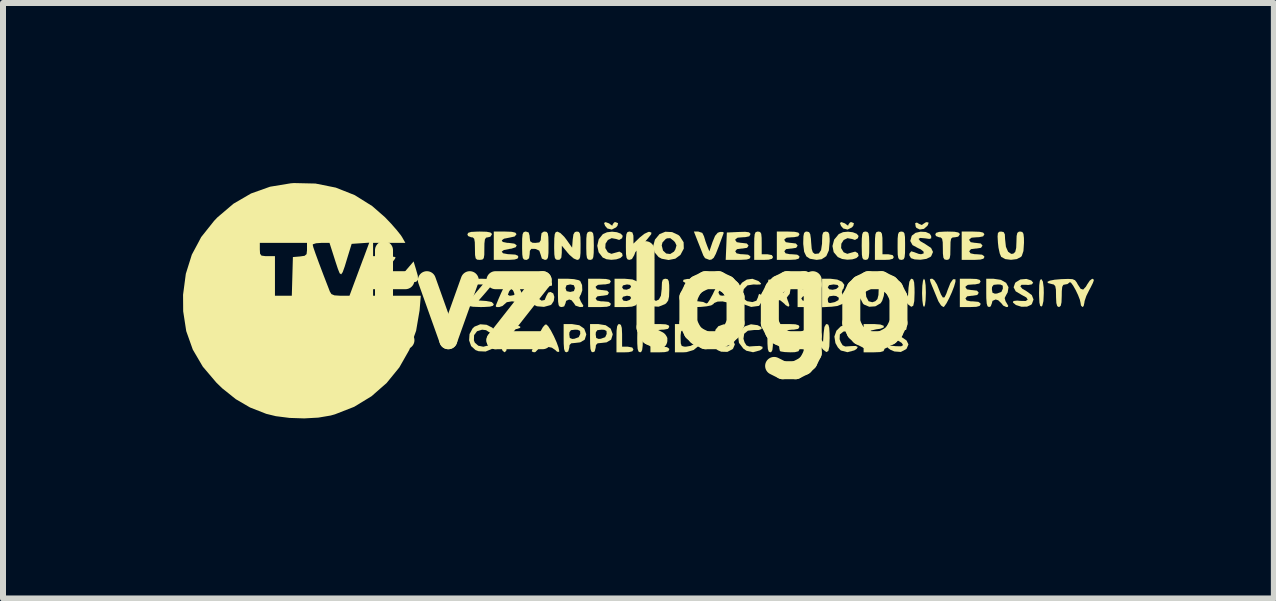
<source format=kicad_pcb>
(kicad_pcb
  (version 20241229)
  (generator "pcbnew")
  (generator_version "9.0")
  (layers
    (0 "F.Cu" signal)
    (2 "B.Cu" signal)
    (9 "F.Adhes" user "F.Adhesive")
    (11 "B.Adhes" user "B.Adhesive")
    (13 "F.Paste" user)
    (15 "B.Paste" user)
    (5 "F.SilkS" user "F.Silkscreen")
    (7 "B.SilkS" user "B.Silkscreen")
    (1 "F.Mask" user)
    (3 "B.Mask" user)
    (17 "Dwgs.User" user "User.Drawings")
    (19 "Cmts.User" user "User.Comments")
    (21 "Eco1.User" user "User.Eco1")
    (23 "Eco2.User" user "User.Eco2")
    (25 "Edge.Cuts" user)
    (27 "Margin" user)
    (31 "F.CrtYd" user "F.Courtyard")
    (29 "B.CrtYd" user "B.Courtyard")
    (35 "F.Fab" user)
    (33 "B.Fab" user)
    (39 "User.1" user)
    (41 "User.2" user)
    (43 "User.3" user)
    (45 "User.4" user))
  (footprint "tvz logo"
    (layer "F.Cu")
    (at 7.598 1.94)
    (property "Reference" "tvz logo" (at 0 0 0) (layer "F.SilkS") (effects (font (size 1.5 1.5) (thickness 0.3))))
    (attr board_only exclude_from_pos_files exclude_from_bom)
    (fp_poly (pts (xy -3.72 -0.513) (xy -3.687 -0.397) (xy -3.683 -0.329) (xy -3.714 -0.295) (xy -3.79 -0.284) (xy -3.868 -0.283) (xy -4.059 -0.283) (xy -3.908 -0.458) (xy -3.757 -0.634)) (stroke (width 0) (type solid)) (fill yes) (layer "F.SilkS"))
    (fp_poly (pts (xy 4.825 -1.28) (xy 4.812 -1.242) (xy 4.802 -1.226) (xy 4.746 -1.177) (xy 4.677 -1.166) (xy 4.621 -1.193) (xy 4.608 -1.215) (xy 4.6 -1.272) (xy 4.629 -1.282) (xy 4.665 -1.26) (xy 4.712 -1.241) (xy 4.73 -1.256) (xy 4.777 -1.286) (xy 4.796 -1.289)) (stroke (width 0) (type solid)) (fill yes) (layer "F.SilkS"))
    (fp_poly (pts (xy 6.704 -0.338) (xy 6.728 -0.298) (xy 6.741 -0.197) (xy 6.743 -0.11) (xy 6.737 0.026) (xy 6.719 0.102) (xy 6.704 0.118) (xy 6.683 0.107) (xy 6.67 0.053) (xy 6.665 -0.053) (xy 6.664 -0.11) (xy 6.667 -0.238) (xy 6.677 -0.312) (xy 6.694 -0.338)) (stroke (width 0) (type solid)) (fill yes) (layer "F.SilkS"))
    (fp_poly (pts (xy -0.35 -1.272) (xy -0.36 -1.229) (xy -0.384 -1.201) (xy -0.455 -1.165) (xy -0.528 -1.183) (xy -0.566 -1.226) (xy -0.584 -1.275) (xy -0.559 -1.289) (xy -0.558 -1.289) (xy -0.5 -1.268) (xy -0.478 -1.251) (xy -0.447 -1.229) (xy -0.44 -1.251) (xy -0.415 -1.285) (xy -0.393 -1.289)) (stroke (width 0) (type solid)) (fill yes) (layer "F.SilkS"))
    (fp_poly (pts (xy 3.579 -1.272) (xy 3.57 -1.229) (xy 3.546 -1.201) (xy 3.474 -1.165) (xy 3.402 -1.183) (xy 3.364 -1.226) (xy 3.346 -1.275) (xy 3.37 -1.289) (xy 3.372 -1.289) (xy 3.43 -1.268) (xy 3.452 -1.251) (xy 3.483 -1.229) (xy 3.489 -1.251) (xy 3.515 -1.285) (xy 3.537 -1.289)) (stroke (width 0) (type solid)) (fill yes) (layer "F.SilkS"))
    (fp_poly (pts (xy 0.041 0.421) (xy 0.055 0.466) (xy 0.062 0.554) (xy 0.063 0.644) (xy 0.06 0.769) (xy 0.051 0.842) (xy 0.034 0.875) (xy 0.016 0.88) (xy -0.009 0.868) (xy -0.024 0.823) (xy -0.03 0.735) (xy -0.031 0.644) (xy -0.029 0.52) (xy -0.02 0.447) (xy -0.002 0.414) (xy 0.016 0.409)) (stroke (width 0) (type solid)) (fill yes) (layer "F.SilkS"))
    (fp_poly (pts (xy 2.21 0.421) (xy 2.224 0.466) (xy 2.231 0.554) (xy 2.232 0.644) (xy 2.229 0.769) (xy 2.221 0.842) (xy 2.203 0.875) (xy 2.185 0.88) (xy 2.16 0.868) (xy 2.145 0.823) (xy 2.139 0.735) (xy 2.138 0.644) (xy 2.14 0.52) (xy 2.149 0.447) (xy 2.167 0.414) (xy 2.185 0.409)) (stroke (width 0) (type solid)) (fill yes) (layer "F.SilkS"))
    (fp_poly (pts (xy 4.763 -0.317) (xy 4.774 -0.237) (xy 4.778 -0.121) (xy 4.778 -0.11) (xy 4.774 0.009) (xy 4.764 0.092) (xy 4.748 0.126) (xy 4.747 0.126) (xy 4.731 0.096) (xy 4.72 0.017) (xy 4.715 -0.099) (xy 4.715 -0.11) (xy 4.719 -0.229) (xy 4.73 -0.312) (xy 4.745 -0.346) (xy 4.747 -0.346)) (stroke (width 0) (type solid)) (fill yes) (layer "F.SilkS"))
    (fp_poly (pts (xy -0.303 0.423) (xy -0.288 0.474) (xy -0.283 0.575) (xy -0.283 0.597) (xy -0.283 0.786) (xy -0.189 0.786) (xy -0.114 0.8) (xy -0.094 0.833) (xy -0.113 0.864) (xy -0.176 0.878) (xy -0.236 0.88) (xy -0.377 0.88) (xy -0.377 0.644) (xy -0.375 0.52) (xy -0.366 0.447) (xy -0.348 0.414) (xy -0.33 0.409)) (stroke (width 0) (type solid)) (fill yes) (layer "F.SilkS"))
    (fp_poly (pts (xy 2.016 -1.125) (xy 2.035 -1.095) (xy 2.042 -1.027) (xy 2.043 -0.943) (xy 2.043 -0.754) (xy 2.138 -0.754) (xy 2.212 -0.74) (xy 2.232 -0.707) (xy 2.215 -0.678) (xy 2.157 -0.663) (xy 2.075 -0.66) (xy 1.918 -0.66) (xy 1.918 -0.896) (xy 1.919 -1.016) (xy 1.926 -1.087) (xy 1.941 -1.121) (xy 1.969 -1.131) (xy 1.98 -1.132)) (stroke (width 0) (type solid)) (fill yes) (layer "F.SilkS"))
    (fp_poly (pts (xy 4.027 -1.125) (xy 4.046 -1.095) (xy 4.054 -1.027) (xy 4.055 -0.943) (xy 4.055 -0.754) (xy 4.15 -0.754) (xy 4.224 -0.74) (xy 4.244 -0.707) (xy 4.227 -0.678) (xy 4.169 -0.663) (xy 4.087 -0.66) (xy 3.929 -0.66) (xy 3.929 -0.896) (xy 3.931 -1.016) (xy 3.938 -1.087) (xy 3.953 -1.121) (xy 3.981 -1.131) (xy 3.992 -1.132)) (stroke (width 0) (type solid)) (fill yes) (layer "F.SilkS"))
    (fp_poly (pts (xy -0.785 -1.126) (xy -0.766 -1.101) (xy -0.757 -1.042) (xy -0.755 -0.938) (xy -0.754 -0.896) (xy -0.756 -0.775) (xy -0.763 -0.705) (xy -0.778 -0.671) (xy -0.806 -0.661) (xy -0.817 -0.66) (xy -0.849 -0.666) (xy -0.868 -0.691) (xy -0.877 -0.749) (xy -0.88 -0.853) (xy -0.88 -0.896) (xy -0.879 -1.016) (xy -0.872 -1.087) (xy -0.856 -1.121) (xy -0.829 -1.131) (xy -0.817 -1.132)) (stroke (width 0) (type solid)) (fill yes) (layer "F.SilkS"))
    (fp_poly (pts (xy 3.804 -1.126) (xy 3.823 -1.101) (xy 3.832 -1.042) (xy 3.835 -0.938) (xy 3.835 -0.896) (xy 3.834 -0.775) (xy 3.827 -0.705) (xy 3.811 -0.671) (xy 3.784 -0.661) (xy 3.772 -0.66) (xy 3.74 -0.666) (xy 3.721 -0.691) (xy 3.712 -0.749) (xy 3.71 -0.853) (xy 3.709 -0.896) (xy 3.711 -1.016) (xy 3.718 -1.087) (xy 3.733 -1.121) (xy 3.761 -1.131) (xy 3.772 -1.132)) (stroke (width 0) (type solid)) (fill yes) (layer "F.SilkS"))
    (fp_poly (pts (xy 4.402 -1.126) (xy 4.421 -1.101) (xy 4.43 -1.042) (xy 4.432 -0.938) (xy 4.432 -0.896) (xy 4.431 -0.775) (xy 4.424 -0.705) (xy 4.409 -0.671) (xy 4.381 -0.661) (xy 4.37 -0.66) (xy 4.337 -0.666) (xy 4.319 -0.691) (xy 4.309 -0.749) (xy 4.307 -0.853) (xy 4.307 -0.896) (xy 4.308 -1.016) (xy 4.315 -1.087) (xy 4.33 -1.121) (xy 4.358 -1.131) (xy 4.37 -1.132)) (stroke (width 0) (type solid)) (fill yes) (layer "F.SilkS"))
    (fp_poly (pts (xy 1.975 0.428) (xy 2.037 0.461) (xy 2.042 0.49) (xy 1.995 0.508) (xy 1.919 0.508) (xy 1.813 0.52) (xy 1.751 0.571) (xy 1.739 0.654) (xy 1.758 0.715) (xy 1.789 0.765) (xy 1.835 0.783) (xy 1.919 0.777) (xy 1.919 0.777) (xy 2.01 0.773) (xy 2.058 0.789) (xy 2.055 0.819) (xy 2.015 0.847) (xy 1.899 0.879) (xy 1.788 0.854) (xy 1.737 0.818) (xy 1.664 0.722) (xy 1.651 0.62) (xy 1.681 0.536) (xy 1.757 0.449) (xy 1.864 0.413)) (stroke (width 0) (type solid)) (fill yes) (layer "F.SilkS"))
    (fp_poly (pts (xy 1.053 -1.11) (xy 1.081 -1.054) (xy 1.108 -0.965) (xy 1.136 -0.889) (xy 1.171 -0.802) (xy 1.224 -0.959) (xy 1.266 -1.06) (xy 1.31 -1.112) (xy 1.35 -1.126) (xy 1.401 -1.125) (xy 1.41 -1.109) (xy 1.395 -1.068) (xy 1.364 -0.985) (xy 1.325 -0.878) (xy 1.322 -0.871) (xy 1.278 -0.759) (xy 1.243 -0.694) (xy 1.207 -0.666) (xy 1.172 -0.66) (xy 1.099 -0.688) (xy 1.071 -0.731) (xy 1.044 -0.8) (xy 1.005 -0.9) (xy 0.978 -0.967) (xy 0.913 -1.132) (xy 0.987 -1.132)) (stroke (width 0) (type solid)) (fill yes) (layer "F.SilkS"))
    (fp_poly (pts (xy 3.574 0.426) (xy 3.639 0.46) (xy 3.645 0.491) (xy 3.596 0.512) (xy 3.516 0.519) (xy 3.404 0.535) (xy 3.345 0.582) (xy 3.341 0.661) (xy 3.359 0.709) (xy 3.391 0.763) (xy 3.435 0.783) (xy 3.515 0.778) (xy 3.522 0.777) (xy 3.609 0.774) (xy 3.644 0.791) (xy 3.624 0.824) (xy 3.586 0.848) (xy 3.472 0.878) (xy 3.362 0.85) (xy 3.36 0.849) (xy 3.312 0.799) (xy 3.271 0.726) (xy 3.254 0.617) (xy 3.288 0.52) (xy 3.36 0.448) (xy 3.46 0.413)) (stroke (width 0) (type solid)) (fill yes) (layer "F.SilkS"))
    (fp_poly (pts (xy -2.033 0.432) (xy -1.981 0.45) (xy -1.98 0.472) (xy -2.034 0.491) (xy -2.083 0.497) (xy -2.168 0.517) (xy -2.201 0.549) (xy -2.18 0.582) (xy -2.104 0.603) (xy -2.101 0.603) (xy -2.018 0.623) (xy -1.987 0.652) (xy -2.009 0.679) (xy -2.085 0.692) (xy -2.088 0.692) (xy -2.163 0.697) (xy -2.194 0.722) (xy -2.2 0.784) (xy -2.2 0.786) (xy -2.213 0.855) (xy -2.242 0.88) (xy -2.274 0.854) (xy -2.282 0.837) (xy -2.289 0.784) (xy -2.291 0.691) (xy -2.289 0.609) (xy -2.279 0.424) (xy -2.13 0.424)) (stroke (width 0) (type solid)) (fill yes) (layer "F.SilkS"))
    (fp_poly (pts (xy -2.505 -0.342) (xy -2.441 -0.325) (xy -2.43 -0.286) (xy -2.47 -0.219) (xy -2.548 -0.126) (xy -2.672 0.016) (xy -2.546 0.025) (xy -2.454 0.043) (xy -2.421 0.078) (xy -2.421 0.08) (xy -2.435 0.105) (xy -2.486 0.119) (xy -2.584 0.125) (xy -2.641 0.126) (xy -2.768 0.121) (xy -2.843 0.107) (xy -2.861 0.091) (xy -2.842 0.05) (xy -2.792 -0.022) (xy -2.732 -0.098) (xy -2.603 -0.251) (xy -2.716 -0.251) (xy -2.799 -0.261) (xy -2.829 -0.292) (xy -2.829 -0.299) (xy -2.816 -0.325) (xy -2.767 -0.34) (xy -2.671 -0.345) (xy -2.625 -0.346)) (stroke (width 0) (type solid)) (fill yes) (layer "F.SilkS"))
    (fp_poly (pts (xy -0.369 -1.121) (xy -0.304 -1.096) (xy -0.272 -1.06) (xy -0.284 -1.02) (xy -0.332 -0.992) (xy -0.381 -1.008) (xy -0.457 -1.022) (xy -0.52 -0.991) (xy -0.559 -0.93) (xy -0.563 -0.857) (xy -0.522 -0.789) (xy -0.518 -0.785) (xy -0.461 -0.761) (xy -0.394 -0.78) (xy -0.328 -0.798) (xy -0.285 -0.772) (xy -0.283 -0.771) (xy -0.274 -0.727) (xy -0.311 -0.692) (xy -0.379 -0.669) (xy -0.463 -0.661) (xy -0.545 -0.671) (xy -0.606 -0.699) (xy -0.674 -0.787) (xy -0.697 -0.895) (xy -0.672 -1.004) (xy -0.604 -1.089) (xy -0.535 -1.12) (xy -0.451 -1.13)) (stroke (width 0) (type solid)) (fill yes) (layer "F.SilkS"))
    (fp_poly (pts (xy 4.072 -0.319) (xy 4.089 -0.249) (xy 4.09 -0.157) (xy 4.077 -0.06) (xy 4.05 0.023) (xy 4.024 0.063) (xy 3.936 0.114) (xy 3.835 0.121) (xy 3.747 0.084) (xy 3.73 0.068) (xy 3.699 0.007) (xy 3.681 -0.082) (xy 3.675 -0.181) (xy 3.682 -0.27) (xy 3.702 -0.331) (xy 3.725 -0.346) (xy 3.754 -0.33) (xy 3.768 -0.275) (xy 3.772 -0.174) (xy 3.785 -0.045) (xy 3.824 0.029) (xy 3.886 0.046) (xy 3.937 0.028) (xy 3.971 -0.007) (xy 3.988 -0.075) (xy 3.992 -0.174) (xy 3.997 -0.278) (xy 4.012 -0.331) (xy 4.039 -0.346)) (stroke (width 0) (type solid)) (fill yes) (layer "F.SilkS"))
    (fp_poly (pts (xy 4.921 -0.319) (xy 4.963 -0.25) (xy 4.985 -0.196) (xy 5.029 -0.085) (xy 5.061 -0.033) (xy 5.089 -0.036) (xy 5.118 -0.094) (xy 5.139 -0.154) (xy 5.187 -0.275) (xy 5.231 -0.337) (xy 5.269 -0.337) (xy 5.271 -0.335) (xy 5.271 -0.296) (xy 5.249 -0.219) (xy 5.212 -0.122) (xy 5.167 -0.023) (xy 5.122 0.063) (xy 5.085 0.116) (xy 5.07 0.126) (xy 5.031 0.099) (xy 4.989 0.034) (xy 4.981 0.016) (xy 4.936 -0.093) (xy 4.89 -0.205) (xy 4.888 -0.208) (xy 4.855 -0.291) (xy 4.845 -0.332) (xy 4.858 -0.345) (xy 4.886 -0.346)) (stroke (width 0) (type solid)) (fill yes) (layer "F.SilkS"))
    (fp_poly (pts (xy 5.254 -1.129) (xy 5.318 -1.117) (xy 5.343 -1.095) (xy 5.344 -1.085) (xy 5.317 -1.047) (xy 5.265 -1.037) (xy 5.222 -1.033) (xy 5.198 -1.012) (xy 5.189 -0.957) (xy 5.187 -0.855) (xy 5.187 -0.849) (xy 5.185 -0.743) (xy 5.175 -0.686) (xy 5.152 -0.664) (xy 5.124 -0.66) (xy 5.089 -0.667) (xy 5.07 -0.697) (xy 5.062 -0.765) (xy 5.061 -0.849) (xy 5.059 -0.954) (xy 5.049 -1.011) (xy 5.026 -1.034) (xy 4.998 -1.037) (xy 4.947 -1.057) (xy 4.935 -1.085) (xy 4.949 -1.111) (xy 4.998 -1.126) (xy 5.093 -1.131) (xy 5.14 -1.132)) (stroke (width 0) (type solid)) (fill yes) (layer "F.SilkS"))
    (fp_poly (pts (xy -2.542 -1.129) (xy -2.478 -1.117) (xy -2.453 -1.095) (xy -2.452 -1.085) (xy -2.478 -1.046) (xy -2.515 -1.037) (xy -2.55 -1.03) (xy -2.569 -1) (xy -2.577 -0.932) (xy -2.578 -0.849) (xy -2.579 -0.744) (xy -2.588 -0.688) (xy -2.611 -0.665) (xy -2.654 -0.66) (xy -2.656 -0.66) (xy -2.7 -0.664) (xy -2.723 -0.686) (xy -2.733 -0.74) (xy -2.735 -0.842) (xy -2.735 -0.849) (xy -2.737 -0.954) (xy -2.747 -1.011) (xy -2.77 -1.034) (xy -2.798 -1.037) (xy -2.849 -1.057) (xy -2.861 -1.085) (xy -2.847 -1.111) (xy -2.798 -1.126) (xy -2.703 -1.131) (xy -2.656 -1.132)) (stroke (width 0) (type solid)) (fill yes) (layer "F.SilkS"))
    (fp_poly (pts (xy 0.851 0.419) (xy 0.93 0.458) (xy 0.96 0.486) (xy 1.024 0.584) (xy 1.032 0.683) (xy 0.992 0.773) (xy 0.909 0.841) (xy 0.789 0.877) (xy 0.74 0.88) (xy 0.597 0.88) (xy 0.597 0.644) (xy 0.692 0.644) (xy 0.695 0.731) (xy 0.71 0.773) (xy 0.75 0.785) (xy 0.78 0.786) (xy 0.858 0.773) (xy 0.905 0.748) (xy 0.937 0.687) (xy 0.943 0.644) (xy 0.918 0.558) (xy 0.845 0.511) (xy 0.78 0.503) (xy 0.725 0.508) (xy 0.7 0.533) (xy 0.692 0.596) (xy 0.692 0.644) (xy 0.597 0.644) (xy 0.597 0.409) (xy 0.74 0.409)) (stroke (width 0) (type solid)) (fill yes) (layer "F.SilkS"))
    (fp_poly (pts (xy 1.985 -0.309) (xy 1.998 -0.3) (xy 2.033 -0.266) (xy 2.021 -0.25) (xy 1.956 -0.248) (xy 1.908 -0.251) (xy 1.805 -0.235) (xy 1.745 -0.174) (xy 1.729 -0.089) (xy 1.747 -0.01) (xy 1.799 0.028) (xy 1.889 0.043) (xy 1.955 0.02) (xy 1.98 -0.035) (xy 1.994 -0.084) (xy 2.012 -0.094) (xy 2.038 -0.069) (xy 2.044 -0.011) (xy 2.032 0.054) (xy 2.004 0.1) (xy 1.994 0.107) (xy 1.867 0.124) (xy 1.745 0.08) (xy 1.717 0.061) (xy 1.651 -0.022) (xy 1.635 -0.115) (xy 1.659 -0.205) (xy 1.716 -0.281) (xy 1.795 -0.332) (xy 1.888 -0.345)) (stroke (width 0) (type solid)) (fill yes) (layer "F.SilkS"))
    (fp_poly (pts (xy 3.154 0.422) (xy 3.168 0.471) (xy 3.174 0.565) (xy 3.175 0.644) (xy 3.17 0.782) (xy 3.153 0.858) (xy 3.12 0.876) (xy 3.068 0.837) (xy 2.992 0.742) (xy 2.984 0.731) (xy 2.876 0.582) (xy 2.867 0.731) (xy 2.853 0.831) (xy 2.827 0.876) (xy 2.812 0.88) (xy 2.788 0.866) (xy 2.773 0.818) (xy 2.767 0.723) (xy 2.766 0.644) (xy 2.771 0.507) (xy 2.788 0.43) (xy 2.821 0.413) (xy 2.874 0.452) (xy 2.95 0.547) (xy 2.957 0.558) (xy 3.065 0.707) (xy 3.075 0.558) (xy 3.088 0.458) (xy 3.114 0.413) (xy 3.13 0.409)) (stroke (width 0) (type solid)) (fill yes) (layer "F.SilkS"))
    (fp_poly (pts (xy 3.562 -1.12) (xy 3.626 -1.095) (xy 3.657 -1.058) (xy 3.645 -1.02) (xy 3.597 -0.992) (xy 3.549 -1.008) (xy 3.472 -1.022) (xy 3.409 -0.991) (xy 3.37 -0.93) (xy 3.366 -0.857) (xy 3.407 -0.789) (xy 3.412 -0.785) (xy 3.469 -0.761) (xy 3.535 -0.78) (xy 3.601 -0.798) (xy 3.645 -0.772) (xy 3.646 -0.771) (xy 3.658 -0.726) (xy 3.622 -0.691) (xy 3.554 -0.669) (xy 3.469 -0.663) (xy 3.382 -0.675) (xy 3.311 -0.707) (xy 3.242 -0.789) (xy 3.222 -0.891) (xy 3.25 -0.997) (xy 3.326 -1.089) (xy 3.329 -1.091) (xy 3.398 -1.122) (xy 3.481 -1.13)) (stroke (width 0) (type solid)) (fill yes) (layer "F.SilkS"))
    (fp_poly (pts (xy 4.568 -0.332) (xy 4.583 -0.283) (xy 4.589 -0.189) (xy 4.59 -0.11) (xy 4.585 0.027) (xy 4.568 0.104) (xy 4.535 0.122) (xy 4.482 0.082) (xy 4.406 -0.013) (xy 4.398 -0.024) (xy 4.291 -0.173) (xy 4.281 -0.024) (xy 4.268 0.077) (xy 4.241 0.122) (xy 4.226 0.126) (xy 4.202 0.112) (xy 4.188 0.063) (xy 4.182 -0.031) (xy 4.181 -0.11) (xy 4.186 -0.247) (xy 4.203 -0.324) (xy 4.236 -0.342) (xy 4.288 -0.302) (xy 4.364 -0.207) (xy 4.372 -0.196) (xy 4.48 -0.047) (xy 4.489 -0.196) (xy 4.503 -0.297) (xy 4.529 -0.342) (xy 4.544 -0.346)) (stroke (width 0) (type solid)) (fill yes) (layer "F.SilkS"))
    (fp_poly (pts (xy -2.542 0.421) (xy -2.447 0.468) (xy -2.38 0.545) (xy -2.358 0.632) (xy -2.385 0.744) (xy -2.456 0.825) (xy -2.557 0.867) (xy -2.673 0.862) (xy -2.725 0.843) (xy -2.799 0.776) (xy -2.832 0.681) (xy -2.832 0.68) (xy -2.752 0.68) (xy -2.737 0.719) (xy -2.679 0.77) (xy -2.595 0.787) (xy -2.514 0.766) (xy -2.49 0.748) (xy -2.458 0.687) (xy -2.452 0.644) (xy -2.477 0.558) (xy -2.55 0.511) (xy -2.616 0.503) (xy -2.7 0.529) (xy -2.749 0.594) (xy -2.752 0.68) (xy -2.832 0.68) (xy -2.825 0.576) (xy -2.775 0.483) (xy -2.742 0.452) (xy -2.646 0.413)) (stroke (width 0) (type solid)) (fill yes) (layer "F.SilkS"))
    (fp_poly (pts (xy 4.377 0.418) (xy 4.439 0.445) (xy 4.457 0.473) (xy 4.45 0.505) (xy 4.403 0.513) (xy 4.355 0.509) (xy 4.273 0.509) (xy 4.248 0.53) (xy 4.279 0.569) (xy 4.362 0.618) (xy 4.456 0.682) (xy 4.488 0.748) (xy 4.458 0.818) (xy 4.447 0.829) (xy 4.361 0.874) (xy 4.254 0.866) (xy 4.188 0.838) (xy 4.137 0.8) (xy 4.145 0.777) (xy 4.208 0.771) (xy 4.277 0.778) (xy 4.366 0.78) (xy 4.399 0.76) (xy 4.375 0.723) (xy 4.294 0.673) (xy 4.283 0.668) (xy 4.194 0.608) (xy 4.155 0.541) (xy 4.168 0.478) (xy 4.212 0.44) (xy 4.294 0.416)) (stroke (width 0) (type solid)) (fill yes) (layer "F.SilkS"))
    (fp_poly (pts (xy -2.121 -1.128) (xy -2.062 -1.114) (xy -2.043 -1.089) (xy -2.043 -1.086) (xy -2.073 -1.05) (xy -2.159 -1.031) (xy -2.25 -1.013) (xy -2.288 -0.986) (xy -2.272 -0.959) (xy -2.199 -0.944) (xy -2.172 -0.943) (xy -2.079 -0.931) (xy -2.039 -0.903) (xy -2.055 -0.871) (xy -2.127 -0.847) (xy -2.159 -0.843) (xy -2.253 -0.824) (xy -2.289 -0.797) (xy -2.266 -0.77) (xy -2.185 -0.755) (xy -2.156 -0.754) (xy -2.062 -0.748) (xy -2.018 -0.728) (xy -2.012 -0.707) (xy -2.026 -0.681) (xy -2.074 -0.666) (xy -2.17 -0.66) (xy -2.216 -0.66) (xy -2.421 -0.66) (xy -2.421 -0.896) (xy -2.421 -1.132) (xy -2.232 -1.132)) (stroke (width 0) (type solid)) (fill yes) (layer "F.SilkS"))
    (fp_poly (pts (xy -1.608 -0.34) (xy -1.513 -0.327) (xy -1.465 -0.302) (xy -1.451 -0.271) (xy -1.452 -0.231) (xy -1.489 -0.225) (xy -1.524 -0.233) (xy -1.629 -0.24) (xy -1.705 -0.209) (xy -1.742 -0.152) (xy -1.731 -0.079) (xy -1.693 -0.027) (xy -1.624 0.019) (xy -1.573 0.008) (xy -1.546 -0.057) (xy -1.514 -0.115) (xy -1.475 -0.126) (xy -1.43 -0.101) (xy -1.412 -0.043) (xy -1.422 0.025) (xy -1.459 0.082) (xy -1.475 0.093) (xy -1.585 0.123) (xy -1.702 0.113) (xy -1.788 0.071) (xy -1.858 -0.024) (xy -1.874 -0.135) (xy -1.834 -0.245) (xy -1.822 -0.261) (xy -1.77 -0.316) (xy -1.713 -0.339) (xy -1.623 -0.34)) (stroke (width 0) (type solid)) (fill yes) (layer "F.SilkS"))
    (fp_poly (pts (xy -0.996 0.429) (xy -0.914 0.486) (xy -0.881 0.575) (xy -0.88 0.586) (xy -0.906 0.669) (xy -0.981 0.714) (xy -1.059 0.723) (xy -1.131 0.73) (xy -1.159 0.759) (xy -1.163 0.802) (xy -1.18 0.865) (xy -1.21 0.88) (xy -1.235 0.868) (xy -1.25 0.823) (xy -1.256 0.735) (xy -1.257 0.644) (xy -1.257 0.584) (xy -1.163 0.584) (xy -1.154 0.641) (xy -1.114 0.657) (xy -1.077 0.654) (xy -1.006 0.628) (xy -0.98 0.574) (xy -0.983 0.524) (xy -1.021 0.505) (xy -1.067 0.503) (xy -1.135 0.511) (xy -1.16 0.545) (xy -1.163 0.584) (xy -1.257 0.584) (xy -1.257 0.409) (xy -1.121 0.409)) (stroke (width 0) (type solid)) (fill yes) (layer "F.SilkS"))
    (fp_poly (pts (xy -0.556 0.429) (xy -0.473 0.486) (xy -0.44 0.575) (xy -0.44 0.586) (xy -0.466 0.669) (xy -0.541 0.714) (xy -0.619 0.723) (xy -0.691 0.73) (xy -0.719 0.759) (xy -0.723 0.802) (xy -0.739 0.865) (xy -0.77 0.88) (xy -0.795 0.868) (xy -0.81 0.823) (xy -0.816 0.735) (xy -0.817 0.644) (xy -0.817 0.584) (xy -0.723 0.584) (xy -0.714 0.641) (xy -0.674 0.657) (xy -0.637 0.654) (xy -0.565 0.628) (xy -0.54 0.574) (xy -0.543 0.524) (xy -0.581 0.505) (xy -0.627 0.503) (xy -0.695 0.511) (xy -0.72 0.545) (xy -0.723 0.584) (xy -0.817 0.584) (xy -0.817 0.409) (xy -0.681 0.409)) (stroke (width 0) (type solid)) (fill yes) (layer "F.SilkS"))
    (fp_poly (pts (xy 0.55 -1.123) (xy 0.652 -1.076) (xy 0.677 -1.055) (xy 0.742 -0.954) (xy 0.745 -0.848) (xy 0.689 -0.743) (xy 0.604 -0.68) (xy 0.492 -0.658) (xy 0.377 -0.679) (xy 0.325 -0.707) (xy 0.256 -0.789) (xy 0.235 -0.891) (xy 0.238 -0.901) (xy 0.377 -0.901) (xy 0.399 -0.815) (xy 0.452 -0.766) (xy 0.518 -0.758) (xy 0.581 -0.797) (xy 0.604 -0.834) (xy 0.623 -0.901) (xy 0.599 -0.953) (xy 0.575 -0.979) (xy 0.519 -1.022) (xy 0.466 -1.019) (xy 0.444 -1.008) (xy 0.39 -0.951) (xy 0.377 -0.901) (xy 0.238 -0.901) (xy 0.264 -0.997) (xy 0.34 -1.089) (xy 0.343 -1.091) (xy 0.438 -1.129)) (stroke (width 0) (type solid)) (fill yes) (layer "F.SilkS"))
    (fp_poly (pts (xy 4.021 0.417) (xy 4.076 0.438) (xy 4.077 0.464) (xy 4.022 0.487) (xy 3.951 0.497) (xy 3.865 0.517) (xy 3.832 0.549) (xy 3.852 0.58) (xy 3.927 0.597) (xy 3.945 0.597) (xy 4.027 0.608) (xy 4.055 0.64) (xy 4.055 0.644) (xy 4.031 0.679) (xy 3.955 0.691) (xy 3.945 0.692) (xy 3.864 0.702) (xy 3.835 0.734) (xy 3.835 0.739) (xy 3.856 0.772) (xy 3.925 0.785) (xy 3.961 0.786) (xy 4.048 0.794) (xy 4.084 0.819) (xy 4.087 0.833) (xy 4.071 0.861) (xy 4.017 0.876) (xy 3.914 0.88) (xy 3.741 0.88) (xy 3.741 0.644) (xy 3.741 0.409) (xy 3.916 0.409)) (stroke (width 0) (type solid)) (fill yes) (layer "F.SilkS"))
    (fp_poly (pts (xy 6.535 -0.317) (xy 6.566 -0.28) (xy 6.545 -0.252) (xy 6.483 -0.242) (xy 6.446 -0.245) (xy 6.372 -0.245) (xy 6.352 -0.22) (xy 6.384 -0.18) (xy 6.46 -0.135) (xy 6.543 -0.074) (xy 6.572 0.000257) (xy 6.544 0.075) (xy 6.532 0.088) (xy 6.464 0.119) (xy 6.371 0.121) (xy 6.282 0.093) (xy 6.279 0.092) (xy 6.229 0.051) (xy 6.237 0.025) (xy 6.3 0.018) (xy 6.35 0.023) (xy 6.441 0.025) (xy 6.475 0.003) (xy 6.452 -0.034) (xy 6.37 -0.079) (xy 6.37 -0.079) (xy 6.275 -0.136) (xy 6.24 -0.203) (xy 6.265 -0.275) (xy 6.276 -0.287) (xy 6.354 -0.334) (xy 6.454 -0.343)) (stroke (width 0) (type solid)) (fill yes) (layer "F.SilkS"))
    (fp_poly (pts (xy 0.475 -0.339) (xy 0.494 -0.308) (xy 0.502 -0.24) (xy 0.503 -0.159) (xy 0.499 -0.048) (xy 0.484 0.019) (xy 0.452 0.062) (xy 0.433 0.077) (xy 0.326 0.12) (xy 0.215 0.114) (xy 0.126 0.063) (xy 0.085 0.002) (xy 0.066 -0.086) (xy 0.063 -0.173) (xy 0.066 -0.273) (xy 0.077 -0.325) (xy 0.104 -0.344) (xy 0.126 -0.346) (xy 0.164 -0.337) (xy 0.183 -0.301) (xy 0.188 -0.223) (xy 0.189 -0.192) (xy 0.201 -0.074) (xy 0.233 0.000052) (xy 0.282 0.023) (xy 0.33 0) (xy 0.364 -0.064) (xy 0.377 -0.178) (xy 0.377 -0.192) (xy 0.381 -0.285) (xy 0.395 -0.331) (xy 0.428 -0.345) (xy 0.44 -0.346)) (stroke (width 0) (type solid)) (fill yes) (layer "F.SilkS"))
    (fp_poly (pts (xy 1.516 0.42) (xy 1.524 0.421) (xy 1.582 0.449) (xy 1.587 0.48) (xy 1.548 0.504) (xy 1.471 0.51) (xy 1.461 0.509) (xy 1.38 0.507) (xy 1.357 0.527) (xy 1.392 0.566) (xy 1.469 0.613) (xy 1.564 0.68) (xy 1.596 0.748) (xy 1.566 0.818) (xy 1.555 0.829) (xy 1.471 0.873) (xy 1.368 0.87) (xy 1.312 0.846) (xy 1.262 0.806) (xy 1.271 0.78) (xy 1.333 0.773) (xy 1.383 0.777) (xy 1.474 0.779) (xy 1.509 0.758) (xy 1.486 0.721) (xy 1.404 0.676) (xy 1.401 0.675) (xy 1.308 0.627) (xy 1.268 0.578) (xy 1.27 0.515) (xy 1.273 0.503) (xy 1.322 0.444) (xy 1.409 0.414)) (stroke (width 0) (type solid)) (fill yes) (layer "F.SilkS"))
    (fp_poly (pts (xy 3.149 -1.124) (xy 3.168 -1.09) (xy 3.175 -1.016) (xy 3.175 -0.966) (xy 3.162 -0.818) (xy 3.119 -0.722) (xy 3.042 -0.671) (xy 2.958 -0.66) (xy 2.846 -0.679) (xy 2.787 -0.718) (xy 2.75 -0.795) (xy 2.735 -0.924) (xy 2.735 -0.953) (xy 2.738 -1.055) (xy 2.749 -1.109) (xy 2.774 -1.13) (xy 2.796 -1.132) (xy 2.832 -1.123) (xy 2.852 -1.087) (xy 2.863 -1.011) (xy 2.867 -0.951) (xy 2.876 -0.845) (xy 2.894 -0.787) (xy 2.924 -0.762) (xy 2.935 -0.76) (xy 2.995 -0.767) (xy 3.032 -0.822) (xy 3.048 -0.93) (xy 3.049 -0.982) (xy 3.053 -1.074) (xy 3.068 -1.118) (xy 3.102 -1.131) (xy 3.112 -1.132)) (stroke (width 0) (type solid)) (fill yes) (layer "F.SilkS"))
    (fp_poly (pts (xy -0.112 -1.118) (xy -0.095 -1.066) (xy -0.094 -1.031) (xy -0.094 -0.931) (xy 0.012 -1.034) (xy 0.089 -1.095) (xy 0.155 -1.126) (xy 0.175 -1.127) (xy 0.206 -1.114) (xy 0.201 -1.086) (xy 0.155 -1.029) (xy 0.15 -1.022) (xy 0.07 -0.929) (xy 0.162 -0.795) (xy 0.255 -0.66) (xy 0.175 -0.66) (xy 0.09 -0.69) (xy 0.044 -0.739) (xy -0.001 -0.795) (xy -0.034 -0.817) (xy -0.062 -0.791) (xy -0.081 -0.739) (xy -0.119 -0.674) (xy -0.161 -0.66) (xy -0.191 -0.667) (xy -0.209 -0.695) (xy -0.218 -0.757) (xy -0.22 -0.867) (xy -0.22 -0.896) (xy -0.219 -1.016) (xy -0.212 -1.087) (xy -0.196 -1.121) (xy -0.168 -1.131) (xy -0.157 -1.132)) (stroke (width 0) (type solid)) (fill yes) (layer "F.SilkS"))
    (fp_poly (pts (xy 0.445 0.414) (xy 0.493 0.431) (xy 0.503 0.456) (xy 0.482 0.489) (xy 0.413 0.502) (xy 0.377 0.503) (xy 0.29 0.511) (xy 0.254 0.537) (xy 0.251 0.55) (xy 0.275 0.585) (xy 0.351 0.597) (xy 0.362 0.597) (xy 0.443 0.608) (xy 0.471 0.64) (xy 0.472 0.644) (xy 0.448 0.679) (xy 0.372 0.691) (xy 0.362 0.692) (xy 0.28 0.702) (xy 0.252 0.734) (xy 0.251 0.739) (xy 0.272 0.772) (xy 0.341 0.785) (xy 0.377 0.786) (xy 0.465 0.794) (xy 0.501 0.819) (xy 0.503 0.833) (xy 0.486 0.863) (xy 0.428 0.877) (xy 0.346 0.88) (xy 0.189 0.88) (xy 0.189 0.644) (xy 0.189 0.409) (xy 0.346 0.409)) (stroke (width 0) (type solid)) (fill yes) (layer "F.SilkS"))
    (fp_poly (pts (xy 2.897 -0.341) (xy 2.945 -0.323) (xy 2.955 -0.299) (xy 2.934 -0.266) (xy 2.865 -0.252) (xy 2.829 -0.251) (xy 2.742 -0.244) (xy 2.706 -0.218) (xy 2.703 -0.204) (xy 2.727 -0.169) (xy 2.803 -0.157) (xy 2.813 -0.157) (xy 2.895 -0.147) (xy 2.923 -0.114) (xy 2.924 -0.11) (xy 2.9 -0.075) (xy 2.824 -0.063) (xy 2.813 -0.063) (xy 2.732 -0.053) (xy 2.704 -0.02) (xy 2.703 -0.016) (xy 2.724 0.017) (xy 2.793 0.031) (xy 2.829 0.031) (xy 2.917 0.039) (xy 2.953 0.065) (xy 2.955 0.079) (xy 2.938 0.108) (xy 2.88 0.123) (xy 2.798 0.126) (xy 2.641 0.126) (xy 2.641 -0.11) (xy 2.641 -0.346) (xy 2.798 -0.346)) (stroke (width 0) (type solid)) (fill yes) (layer "F.SilkS"))
    (fp_poly (pts (xy 5.621 -0.342) (xy 5.675 -0.327) (xy 5.69 -0.299) (xy 5.669 -0.266) (xy 5.6 -0.252) (xy 5.564 -0.251) (xy 5.477 -0.244) (xy 5.441 -0.218) (xy 5.438 -0.204) (xy 5.462 -0.169) (xy 5.538 -0.157) (xy 5.548 -0.157) (xy 5.63 -0.147) (xy 5.658 -0.114) (xy 5.658 -0.11) (xy 5.635 -0.075) (xy 5.558 -0.063) (xy 5.548 -0.063) (xy 5.467 -0.053) (xy 5.439 -0.02) (xy 5.438 -0.016) (xy 5.459 0.017) (xy 5.528 0.031) (xy 5.564 0.031) (xy 5.652 0.039) (xy 5.688 0.065) (xy 5.69 0.079) (xy 5.674 0.107) (xy 5.62 0.122) (xy 5.517 0.126) (xy 5.344 0.126) (xy 5.344 -0.11) (xy 5.344 -0.346) (xy 5.517 -0.346)) (stroke (width 0) (type solid)) (fill yes) (layer "F.SilkS"))
    (fp_poly (pts (xy 6.385 -1.125) (xy 6.404 -1.094) (xy 6.412 -1.026) (xy 6.413 -0.945) (xy 6.404 -0.808) (xy 6.376 -0.725) (xy 6.363 -0.71) (xy 6.293 -0.673) (xy 6.196 -0.661) (xy 6.101 -0.673) (xy 6.035 -0.709) (xy 6.033 -0.71) (xy 6.009 -0.767) (xy 5.988 -0.864) (xy 5.979 -0.946) (xy 5.973 -1.049) (xy 5.978 -1.105) (xy 5.998 -1.128) (xy 6.032 -1.132) (xy 6.074 -1.123) (xy 6.094 -1.086) (xy 6.098 -1.005) (xy 6.099 -0.996) (xy 6.112 -0.878) (xy 6.148 -0.796) (xy 6.2 -0.76) (xy 6.235 -0.764) (xy 6.267 -0.793) (xy 6.283 -0.859) (xy 6.287 -0.958) (xy 6.29 -1.058) (xy 6.302 -1.11) (xy 6.328 -1.13) (xy 6.35 -1.132)) (stroke (width 0) (type solid)) (fill yes) (layer "F.SilkS"))
    (fp_poly (pts (xy -1.514 0.446) (xy -1.469 0.517) (xy -1.42 0.611) (xy -1.375 0.711) (xy -1.343 0.799) (xy -1.33 0.859) (xy -1.334 0.873) (xy -1.367 0.87) (xy -1.397 0.841) (xy -1.453 0.803) (xy -1.535 0.786) (xy -1.618 0.791) (xy -1.676 0.817) (xy -1.686 0.833) (xy -1.727 0.875) (xy -1.751 0.88) (xy -1.786 0.867) (xy -1.787 0.855) (xy -1.709 0.672) (xy -1.707 0.668) (xy -1.617 0.668) (xy -1.6 0.689) (xy -1.555 0.692) (xy -1.497 0.683) (xy -1.477 0.666) (xy -1.494 0.623) (xy -1.518 0.585) (xy -1.55 0.55) (xy -1.573 0.564) (xy -1.596 0.61) (xy -1.617 0.668) (xy -1.707 0.668) (xy -1.649 0.543) (xy -1.603 0.461) (xy -1.568 0.421) (xy -1.547 0.415)) (stroke (width 0) (type solid)) (fill yes) (layer "F.SilkS"))
    (fp_poly (pts (xy -1.004 -1.126) (xy -0.986 -1.099) (xy -0.977 -1.039) (xy -0.975 -0.932) (xy -0.975 -0.896) (xy -0.976 -0.775) (xy -0.983 -0.704) (xy -0.999 -0.67) (xy -1.027 -0.66) (xy -1.034 -0.66) (xy -1.089 -0.683) (xy -1.158 -0.742) (xy -1.19 -0.778) (xy -1.287 -0.896) (xy -1.288 -0.778) (xy -1.295 -0.699) (xy -1.319 -0.665) (xy -1.352 -0.66) (xy -1.384 -0.666) (xy -1.403 -0.691) (xy -1.412 -0.749) (xy -1.415 -0.853) (xy -1.415 -0.896) (xy -1.413 -1.017) (xy -1.405 -1.089) (xy -1.389 -1.122) (xy -1.361 -1.131) (xy -1.36 -1.131) (xy -1.311 -1.107) (xy -1.247 -1.045) (xy -1.21 -0.997) (xy -1.116 -0.864) (xy -1.106 -0.998) (xy -1.094 -1.085) (xy -1.07 -1.124) (xy -1.036 -1.132)) (stroke (width 0) (type solid)) (fill yes) (layer "F.SilkS"))
    (fp_poly (pts (xy -0.551 -0.342) (xy -0.492 -0.329) (xy -0.472 -0.304) (xy -0.472 -0.299) (xy -0.492 -0.266) (xy -0.561 -0.252) (xy -0.597 -0.251) (xy -0.685 -0.244) (xy -0.721 -0.218) (xy -0.723 -0.204) (xy -0.699 -0.169) (xy -0.623 -0.157) (xy -0.613 -0.157) (xy -0.532 -0.147) (xy -0.503 -0.114) (xy -0.503 -0.11) (xy -0.527 -0.075) (xy -0.603 -0.063) (xy -0.613 -0.063) (xy -0.694 -0.053) (xy -0.723 -0.02) (xy -0.723 -0.016) (xy -0.702 0.017) (xy -0.633 0.031) (xy -0.597 0.031) (xy -0.51 0.039) (xy -0.474 0.065) (xy -0.472 0.079) (xy -0.486 0.106) (xy -0.537 0.121) (xy -0.637 0.126) (xy -0.66 0.126) (xy -0.849 0.126) (xy -0.849 -0.11) (xy -0.849 -0.346) (xy -0.66 -0.346)) (stroke (width 0) (type solid)) (fill yes) (layer "F.SilkS"))
    (fp_poly (pts (xy 1.829 -1.12) (xy 1.853 -1.1) (xy 1.855 -1.086) (xy 1.836 -1.053) (xy 1.771 -1.039) (xy 1.729 -1.037) (xy 1.642 -1.03) (xy 1.605 -1.004) (xy 1.603 -0.99) (xy 1.627 -0.955) (xy 1.703 -0.943) (xy 1.713 -0.943) (xy 1.795 -0.933) (xy 1.823 -0.9) (xy 1.823 -0.896) (xy 1.799 -0.861) (xy 1.723 -0.849) (xy 1.713 -0.849) (xy 1.632 -0.839) (xy 1.603 -0.806) (xy 1.603 -0.802) (xy 1.624 -0.769) (xy 1.693 -0.755) (xy 1.729 -0.754) (xy 1.816 -0.747) (xy 1.852 -0.721) (xy 1.855 -0.707) (xy 1.841 -0.681) (xy 1.793 -0.666) (xy 1.697 -0.661) (xy 1.649 -0.66) (xy 1.443 -0.66) (xy 1.453 -0.888) (xy 1.462 -1.116) (xy 1.658 -1.125) (xy 1.768 -1.128)) (stroke (width 0) (type solid)) (fill yes) (layer "F.SilkS"))
    (fp_poly (pts (xy 2.593 -1.128) (xy 2.652 -1.115) (xy 2.672 -1.09) (xy 2.672 -1.085) (xy 2.651 -1.052) (xy 2.582 -1.038) (xy 2.546 -1.037) (xy 2.459 -1.03) (xy 2.423 -1.004) (xy 2.421 -0.99) (xy 2.444 -0.955) (xy 2.521 -0.943) (xy 2.531 -0.943) (xy 2.612 -0.933) (xy 2.64 -0.9) (xy 2.641 -0.896) (xy 2.617 -0.861) (xy 2.541 -0.849) (xy 2.531 -0.849) (xy 2.449 -0.839) (xy 2.421 -0.806) (xy 2.421 -0.802) (xy 2.441 -0.769) (xy 2.51 -0.755) (xy 2.546 -0.754) (xy 2.634 -0.747) (xy 2.67 -0.721) (xy 2.672 -0.707) (xy 2.658 -0.68) (xy 2.606 -0.665) (xy 2.506 -0.66) (xy 2.483 -0.66) (xy 2.295 -0.66) (xy 2.295 -0.896) (xy 2.295 -1.132) (xy 2.483 -1.132)) (stroke (width 0) (type solid)) (fill yes) (layer "F.SilkS"))
    (fp_poly (pts (xy 4.777 -1.125) (xy 4.844 -1.095) (xy 4.867 -1.057) (xy 4.867 -1.019) (xy 4.836 -1.009) (xy 4.766 -1.019) (xy 4.683 -1.026) (xy 4.656 -1.009) (xy 4.684 -0.973) (xy 4.767 -0.924) (xy 4.77 -0.922) (xy 4.865 -0.859) (xy 4.897 -0.792) (xy 4.867 -0.722) (xy 4.856 -0.711) (xy 4.787 -0.677) (xy 4.688 -0.662) (xy 4.589 -0.668) (xy 4.53 -0.689) (xy 4.502 -0.738) (xy 4.506 -0.768) (xy 4.534 -0.803) (xy 4.586 -0.788) (xy 4.587 -0.787) (xy 4.659 -0.76) (xy 4.698 -0.754) (xy 4.742 -0.768) (xy 4.739 -0.799) (xy 4.692 -0.836) (xy 4.652 -0.854) (xy 4.556 -0.906) (xy 4.518 -0.975) (xy 4.541 -1.056) (xy 4.547 -1.066) (xy 4.607 -1.111) (xy 4.691 -1.13)) (stroke (width 0) (type solid)) (fill yes) (layer "F.SilkS"))
    (fp_poly (pts (xy 5.674 -1.128) (xy 5.732 -1.115) (xy 5.752 -1.09) (xy 5.753 -1.085) (xy 5.732 -1.052) (xy 5.663 -1.038) (xy 5.627 -1.037) (xy 5.54 -1.03) (xy 5.504 -1.004) (xy 5.501 -0.99) (xy 5.525 -0.955) (xy 5.601 -0.943) (xy 5.611 -0.943) (xy 5.693 -0.933) (xy 5.721 -0.9) (xy 5.721 -0.896) (xy 5.697 -0.861) (xy 5.621 -0.849) (xy 5.611 -0.849) (xy 5.53 -0.839) (xy 5.501 -0.806) (xy 5.501 -0.802) (xy 5.522 -0.769) (xy 5.591 -0.755) (xy 5.627 -0.754) (xy 5.714 -0.747) (xy 5.75 -0.721) (xy 5.753 -0.707) (xy 5.738 -0.68) (xy 5.687 -0.665) (xy 5.587 -0.66) (xy 5.564 -0.66) (xy 5.375 -0.66) (xy 5.375 -0.896) (xy 5.375 -1.132) (xy 5.564 -1.132)) (stroke (width 0) (type solid)) (fill yes) (layer "F.SilkS"))
    (fp_poly (pts (xy -2.084 -0.335) (xy -2.046 -0.295) (xy -2.003 -0.214) (xy -1.957 -0.11) (xy -1.859 0.126) (xy -1.935 0.126) (xy -1.997 0.109) (xy -2.012 0.079) (xy -2.037 0.043) (xy -2.114 0.031) (xy -2.119 0.031) (xy -2.204 0.045) (xy -2.243 0.079) (xy -2.276 0.108) (xy -2.33 0.126) (xy -2.376 0.126) (xy -2.389 0.11) (xy -2.377 0.076) (xy -2.346 0.000059) (xy -2.311 -0.08) (xy -2.186 -0.08) (xy -2.162 -0.064) (xy -2.139 -0.063) (xy -2.087 -0.073) (xy -2.075 -0.086) (xy -2.091 -0.131) (xy -2.103 -0.154) (xy -2.13 -0.176) (xy -2.159 -0.144) (xy -2.167 -0.13) (xy -2.186 -0.08) (xy -2.311 -0.08) (xy -2.301 -0.103) (xy -2.291 -0.125) (xy -2.234 -0.243) (xy -2.19 -0.311) (xy -2.15 -0.341) (xy -2.124 -0.346)) (stroke (width 0) (type solid)) (fill yes) (layer "F.SilkS"))
    (fp_poly (pts (xy -1.084 -0.339) (xy -1.006 -0.322) (xy -0.981 -0.308) (xy -0.95 -0.241) (xy -0.946 -0.153) (xy -0.971 -0.08) (xy -0.979 -0.071) (xy -0.996 -0.028) (xy -0.97 0.035) (xy -0.963 0.046) (xy -0.929 0.102) (xy -0.936 0.123) (xy -0.987 0.126) (xy -1.06 0.102) (xy -1.085 0.063) (xy -1.126 0.012) (xy -1.165 0) (xy -1.216 0.023) (xy -1.226 0.063) (xy -1.248 0.115) (xy -1.289 0.126) (xy -1.321 0.12) (xy -1.34 0.095) (xy -1.349 0.037) (xy -1.352 -0.068) (xy -1.352 -0.11) (xy -1.352 -0.189) (xy -1.226 -0.189) (xy -1.208 -0.139) (xy -1.147 -0.126) (xy -1.086 -0.14) (xy -1.069 -0.189) (xy -1.087 -0.238) (xy -1.147 -0.251) (xy -1.209 -0.237) (xy -1.226 -0.189) (xy -1.352 -0.189) (xy -1.352 -0.346) (xy -1.185 -0.346)) (stroke (width 0) (type solid)) (fill yes) (layer "F.SilkS"))
    (fp_poly (pts (xy -0.11 -0.334) (xy -0.03 -0.299) (xy -0.003 -0.245) (xy -0.021 -0.194) (xy -0.036 -0.13) (xy -0.012 -0.077) (xy 0.014 -0.019) (xy -0.004 0.035) (xy -0.018 0.057) (xy -0.059 0.099) (xy -0.12 0.119) (xy -0.221 0.126) (xy -0.238 0.126) (xy -0.409 0.126) (xy -0.409 -0.014) (xy -0.283 -0.014) (xy -0.26 0.02) (xy -0.208 0.026) (xy -0.156 0.006) (xy -0.133 -0.024) (xy -0.149 -0.054) (xy -0.202 -0.063) (xy -0.268 -0.046) (xy -0.283 -0.014) (xy -0.409 -0.014) (xy -0.409 -0.11) (xy -0.409 -0.202) (xy -0.283 -0.202) (xy -0.26 -0.169) (xy -0.208 -0.163) (xy -0.156 -0.183) (xy -0.133 -0.212) (xy -0.149 -0.243) (xy -0.202 -0.251) (xy -0.268 -0.235) (xy -0.283 -0.202) (xy -0.409 -0.202) (xy -0.409 -0.346) (xy -0.24 -0.346)) (stroke (width 0) (type solid)) (fill yes) (layer "F.SilkS"))
    (fp_poly (pts (xy 2.603 0.413) (xy 2.657 0.428) (xy 2.672 0.456) (xy 2.651 0.489) (xy 2.582 0.502) (xy 2.546 0.503) (xy 2.459 0.511) (xy 2.423 0.537) (xy 2.421 0.55) (xy 2.444 0.585) (xy 2.521 0.597) (xy 2.531 0.597) (xy 2.612 0.608) (xy 2.64 0.64) (xy 2.641 0.644) (xy 2.617 0.679) (xy 2.541 0.691) (xy 2.531 0.692) (xy 2.449 0.702) (xy 2.421 0.734) (xy 2.421 0.739) (xy 2.441 0.772) (xy 2.51 0.785) (xy 2.546 0.786) (xy 2.634 0.794) (xy 2.67 0.819) (xy 2.672 0.833) (xy 2.655 0.863) (xy 2.595 0.878) (xy 2.52 0.88) (xy 2.427 0.876) (xy 2.362 0.866) (xy 2.347 0.859) (xy 2.337 0.819) (xy 2.329 0.735) (xy 2.326 0.624) (xy 2.326 0.623) (xy 2.326 0.409) (xy 2.499 0.409)) (stroke (width 0) (type solid)) (fill yes) (layer "F.SilkS"))
    (fp_poly (pts (xy 6.029 -0.327) (xy 6.115 -0.278) (xy 6.155 -0.205) (xy 6.141 -0.118) (xy 6.118 -0.078) (xy 6.091 -0.025) (xy 6.105 0.028) (xy 6.121 0.054) (xy 6.151 0.106) (xy 6.143 0.124) (xy 6.119 0.126) (xy 6.066 0.101) (xy 6.036 0.063) (xy 5.984 0.013) (xy 5.94 0) (xy 5.888 0.023) (xy 5.878 0.063) (xy 5.859 0.114) (xy 5.831 0.126) (xy 5.806 0.113) (xy 5.792 0.069) (xy 5.785 -0.02) (xy 5.784 -0.11) (xy 5.784 -0.171) (xy 5.878 -0.171) (xy 5.888 -0.113) (xy 5.928 -0.097) (xy 5.965 -0.1) (xy 6.036 -0.126) (xy 6.061 -0.181) (xy 6.059 -0.231) (xy 6.021 -0.249) (xy 5.975 -0.251) (xy 5.907 -0.244) (xy 5.881 -0.209) (xy 5.878 -0.171) (xy 5.784 -0.171) (xy 5.784 -0.346) (xy 5.903 -0.346)) (stroke (width 0) (type solid)) (fill yes) (layer "F.SilkS"))
    (fp_poly (pts (xy 2.379 -0.335) (xy 2.457 -0.31) (xy 2.464 -0.305) (xy 2.506 -0.246) (xy 2.522 -0.166) (xy 2.509 -0.093) (xy 2.484 -0.063) (xy 2.461 -0.031) (xy 2.48 0.026) (xy 2.483 0.03) (xy 2.505 0.098) (xy 2.488 0.121) (xy 2.442 0.094) (xy 2.421 0.071) (xy 2.356 0.017) (xy 2.292 0.000262) (xy 2.245 0.021) (xy 2.232 0.063) (xy 2.215 0.116) (xy 2.179 0.121) (xy 2.151 0.083) (xy 2.143 0.03) (xy 2.141 -0.063) (xy 2.144 -0.145) (xy 2.145 -0.173) (xy 2.232 -0.173) (xy 2.239 -0.117) (xy 2.273 -0.098) (xy 2.334 -0.1) (xy 2.408 -0.117) (xy 2.435 -0.156) (xy 2.436 -0.173) (xy 2.42 -0.22) (xy 2.361 -0.242) (xy 2.334 -0.246) (xy 2.264 -0.247) (xy 2.236 -0.222) (xy 2.232 -0.173) (xy 2.145 -0.173) (xy 2.153 -0.33) (xy 2.279 -0.339)) (stroke (width 0) (type solid)) (fill yes) (layer "F.SilkS"))
    (fp_poly (pts (xy 3.302 -0.332) (xy 3.382 -0.295) (xy 3.42 -0.243) (xy 3.407 -0.184) (xy 3.392 -0.167) (xy 3.377 -0.12) (xy 3.4 -0.066) (xy 3.426 0.013) (xy 3.394 0.071) (xy 3.304 0.108) (xy 3.211 0.12) (xy 3.049 0.129) (xy 3.049 0) (xy 3.144 0) (xy 3.15 0.047) (xy 3.179 0.06) (xy 3.249 0.046) (xy 3.261 0.043) (xy 3.322 0.01) (xy 3.328 -0.029) (xy 3.284 -0.058) (xy 3.238 -0.063) (xy 3.169 -0.053) (xy 3.145 -0.016) (xy 3.144 0) (xy 3.049 0) (xy 3.049 -0.108) (xy 3.049 -0.202) (xy 3.144 -0.202) (xy 3.168 -0.17) (xy 3.224 -0.162) (xy 3.284 -0.175) (xy 3.323 -0.208) (xy 3.325 -0.212) (xy 3.308 -0.242) (xy 3.24 -0.251) (xy 3.166 -0.239) (xy 3.144 -0.202) (xy 3.049 -0.202) (xy 3.049 -0.346) (xy 3.188 -0.346)) (stroke (width 0) (type solid)) (fill yes) (layer "F.SilkS"))
    (fp_poly (pts (xy -1.54 -1.126) (xy -1.521 -1.101) (xy -1.512 -1.042) (xy -1.509 -0.938) (xy -1.509 -0.896) (xy -1.51 -0.775) (xy -1.517 -0.704) (xy -1.533 -0.67) (xy -1.561 -0.66) (xy -1.57 -0.66) (xy -1.62 -0.682) (xy -1.64 -0.747) (xy -1.663 -0.814) (xy -1.722 -0.841) (xy -1.737 -0.843) (xy -1.797 -0.843) (xy -1.82 -0.811) (xy -1.823 -0.757) (xy -1.833 -0.687) (xy -1.868 -0.661) (xy -1.886 -0.66) (xy -1.918 -0.666) (xy -1.937 -0.691) (xy -1.946 -0.749) (xy -1.949 -0.853) (xy -1.949 -0.896) (xy -1.948 -1.016) (xy -1.941 -1.087) (xy -1.925 -1.121) (xy -1.897 -1.131) (xy -1.886 -1.132) (xy -1.84 -1.117) (xy -1.824 -1.062) (xy -1.823 -1.037) (xy -1.815 -0.971) (xy -1.779 -0.946) (xy -1.729 -0.943) (xy -1.662 -0.951) (xy -1.638 -0.988) (xy -1.635 -1.037) (xy -1.625 -1.106) (xy -1.588 -1.131) (xy -1.572 -1.132)) (stroke (width 0) (type solid)) (fill yes) (layer "F.SilkS"))
    (fp_poly (pts (xy 7.574 -0.334) (xy 7.576 -0.318) (xy 7.561 -0.276) (xy 7.524 -0.201) (xy 7.498 -0.153) (xy 7.451 -0.058) (xy 7.423 0.026) (xy 7.419 0.055) (xy 7.407 0.11) (xy 7.387 0.126) (xy 7.362 0.099) (xy 7.356 0.059) (xy 7.344 0.004) (xy 7.314 -0.073) (xy 7.274 -0.157) (xy 7.232 -0.231) (xy 7.196 -0.28) (xy 7.175 -0.289) (xy 7.174 -0.286) (xy 7.137 -0.257) (xy 7.102 -0.251) (xy 7.068 -0.244) (xy 7.05 -0.211) (xy 7.043 -0.14) (xy 7.042 -0.063) (xy 7.038 0.047) (xy 7.025 0.105) (xy 7 0.125) (xy 6.994 0.126) (xy 6.967 0.111) (xy 6.952 0.059) (xy 6.947 -0.041) (xy 6.947 -0.061) (xy 6.945 -0.165) (xy 6.934 -0.223) (xy 6.91 -0.249) (xy 6.877 -0.257) (xy 6.812 -0.274) (xy 6.803 -0.294) (xy 6.843 -0.314) (xy 6.925 -0.33) (xy 7.032 -0.339) (xy 7.15 -0.343) (xy 7.221 -0.339) (xy 7.263 -0.321) (xy 7.291 -0.285) (xy 7.308 -0.253) (xy 7.357 -0.178) (xy 7.399 -0.165) (xy 7.444 -0.213) (xy 7.466 -0.251) (xy 7.51 -0.316) (xy 7.55 -0.346)) (stroke (width 0) (type solid)) (fill yes) (layer "F.SilkS"))
    (fp_poly (pts (xy 1.026 -0.341) (xy 1.086 -0.321) (xy 1.092 -0.278) (xy 1.048 -0.205) (xy 0.99 -0.134) (xy 0.929 -0.059) (xy 0.889 -0.005) (xy 0.88 0.013) (xy 0.908 0.025) (xy 0.976 0.031) (xy 0.988 0.031) (xy 1.067 0.041) (xy 1.116 0.064) (xy 1.118 0.067) (xy 1.141 0.058) (xy 1.18 0.001) (xy 1.231 -0.094) (xy 1.24 -0.114) (xy 1.322 -0.114) (xy 1.345 -0.071) (xy 1.383 -0.063) (xy 1.434 -0.07) (xy 1.446 -0.081) (xy 1.433 -0.119) (xy 1.411 -0.163) (xy 1.38 -0.206) (xy 1.354 -0.193) (xy 1.349 -0.185) (xy 1.322 -0.114) (xy 1.24 -0.114) (xy 1.245 -0.125) (xy 1.303 -0.238) (xy 1.352 -0.313) (xy 1.387 -0.339) (xy 1.389 -0.339) (xy 1.421 -0.305) (xy 1.463 -0.232) (xy 1.51 -0.137) (xy 1.552 -0.037) (xy 1.582 0.05) (xy 1.593 0.107) (xy 1.59 0.118) (xy 1.556 0.115) (xy 1.526 0.086) (xy 1.471 0.05) (xy 1.39 0.032) (xy 1.308 0.035) (xy 1.25 0.059) (xy 1.239 0.075) (xy 1.202 0.098) (xy 1.124 0.114) (xy 1.022 0.124) (xy 0.913 0.126) (xy 0.816 0.121) (xy 0.747 0.107) (xy 0.724 0.087) (xy 0.745 0.044) (xy 0.796 -0.029) (xy 0.85 -0.094) (xy 0.975 -0.236) (xy 0.859 -0.251) (xy 0.78 -0.271) (xy 0.734 -0.3) (xy 0.731 -0.306) (xy 0.743 -0.33) (xy 0.802 -0.342) (xy 0.909 -0.346)) (stroke (width 0) (type solid)) (fill yes) (layer "F.SilkS"))
    (fp_poly (pts (xy -5.392 -1.932) (xy -5.053 -1.864) (xy -4.738 -1.739) (xy -4.447 -1.557) (xy -4.233 -1.37) (xy -4.13 -1.262) (xy -4.039 -1.158) (xy -3.973 -1.075) (xy -3.951 -1.043) (xy -3.894 -0.943) (xy -4.163 -0.943) (xy -4.432 -0.943) (xy -4.432 -0.833) (xy -4.432 -0.723) (xy -4.244 -0.723) (xy -4.144 -0.719) (xy -4.076 -0.71) (xy -4.056 -0.699) (xy -4.075 -0.667) (xy -4.128 -0.599) (xy -4.203 -0.509) (xy -4.244 -0.462) (xy -4.346 -0.34) (xy -4.406 -0.248) (xy -4.431 -0.178) (xy -4.432 -0.155) (xy -4.432 -0.063) (xy -4.035 -0.063) (xy -3.637 -0.063) (xy -3.657 0.181) (xy -3.715 0.521) (xy -3.829 0.84) (xy -3.995 1.132) (xy -4.206 1.391) (xy -4.458 1.612) (xy -4.747 1.788) (xy -5.067 1.913) (xy -5.138 1.933) (xy -5.344 1.968) (xy -5.58 1.981) (xy -5.824 1.973) (xy -6.052 1.944) (xy -6.212 1.905) (xy -6.482 1.799) (xy -6.719 1.661) (xy -6.945 1.48) (xy -7.042 1.386) (xy -7.269 1.119) (xy -7.436 0.834) (xy -7.545 0.527) (xy -7.596 0.196) (xy -7.598 -0.079) (xy -7.552 -0.428) (xy -7.452 -0.747) (xy -7.347 -0.943) (xy -6.319 -0.943) (xy -6.319 -0.833) (xy -6.315 -0.763) (xy -6.291 -0.731) (xy -6.23 -0.723) (xy -6.193 -0.723) (xy -6.067 -0.723) (xy -6.067 -0.393) (xy -6.067 -0.063) (xy -5.927 -0.063) (xy -5.786 -0.063) (xy -5.777 -0.385) (xy -5.768 -0.707) (xy -5.651 -0.717) (xy -5.573 -0.728) (xy -5.54 -0.756) (xy -5.533 -0.82) (xy -5.533 -0.835) (xy -5.533 -0.912) (xy -5.438 -0.912) (xy -5.427 -0.868) (xy -5.393 -0.769) (xy -5.337 -0.616) (xy -5.26 -0.412) (xy -5.163 -0.161) (xy -5.153 -0.134) (xy -5.126 -0.09) (xy -5.076 -0.069) (xy -4.985 -0.063) (xy -4.975 -0.063) (xy -4.825 -0.063) (xy -4.758 -0.244) (xy -4.714 -0.362) (xy -4.659 -0.51) (xy -4.603 -0.66) (xy -4.593 -0.685) (xy -4.496 -0.947) (xy -4.642 -0.937) (xy -4.789 -0.927) (xy -4.858 -0.703) (xy -4.904 -0.551) (xy -4.938 -0.456) (xy -4.964 -0.419) (xy -4.989 -0.437) (xy -5.018 -0.509) (xy -5.059 -0.633) (xy -5.065 -0.652) (xy -5.158 -0.943) (xy -5.298 -0.943) (xy -5.382 -0.937) (xy -5.432 -0.921) (xy -5.438 -0.912) (xy -5.533 -0.912) (xy -5.533 -0.943) (xy -5.926 -0.943) (xy -6.319 -0.943) (xy -7.347 -0.943) (xy -7.296 -1.04) (xy -7.081 -1.31) (xy -7.026 -1.368) (xy -6.758 -1.596) (xy -6.466 -1.766) (xy -6.149 -1.879) (xy -5.803 -1.936) (xy -5.75 -1.94)) (stroke (width 0) (type solid)) (fill yes) (layer "F.SilkS")))
  (gr_rect
    (start -3 -3)
    (end 18.174 6.921)
    (stroke (width 0.1) (type default))
    (fill no)
    (layer "Edge.Cuts")))
</source>
